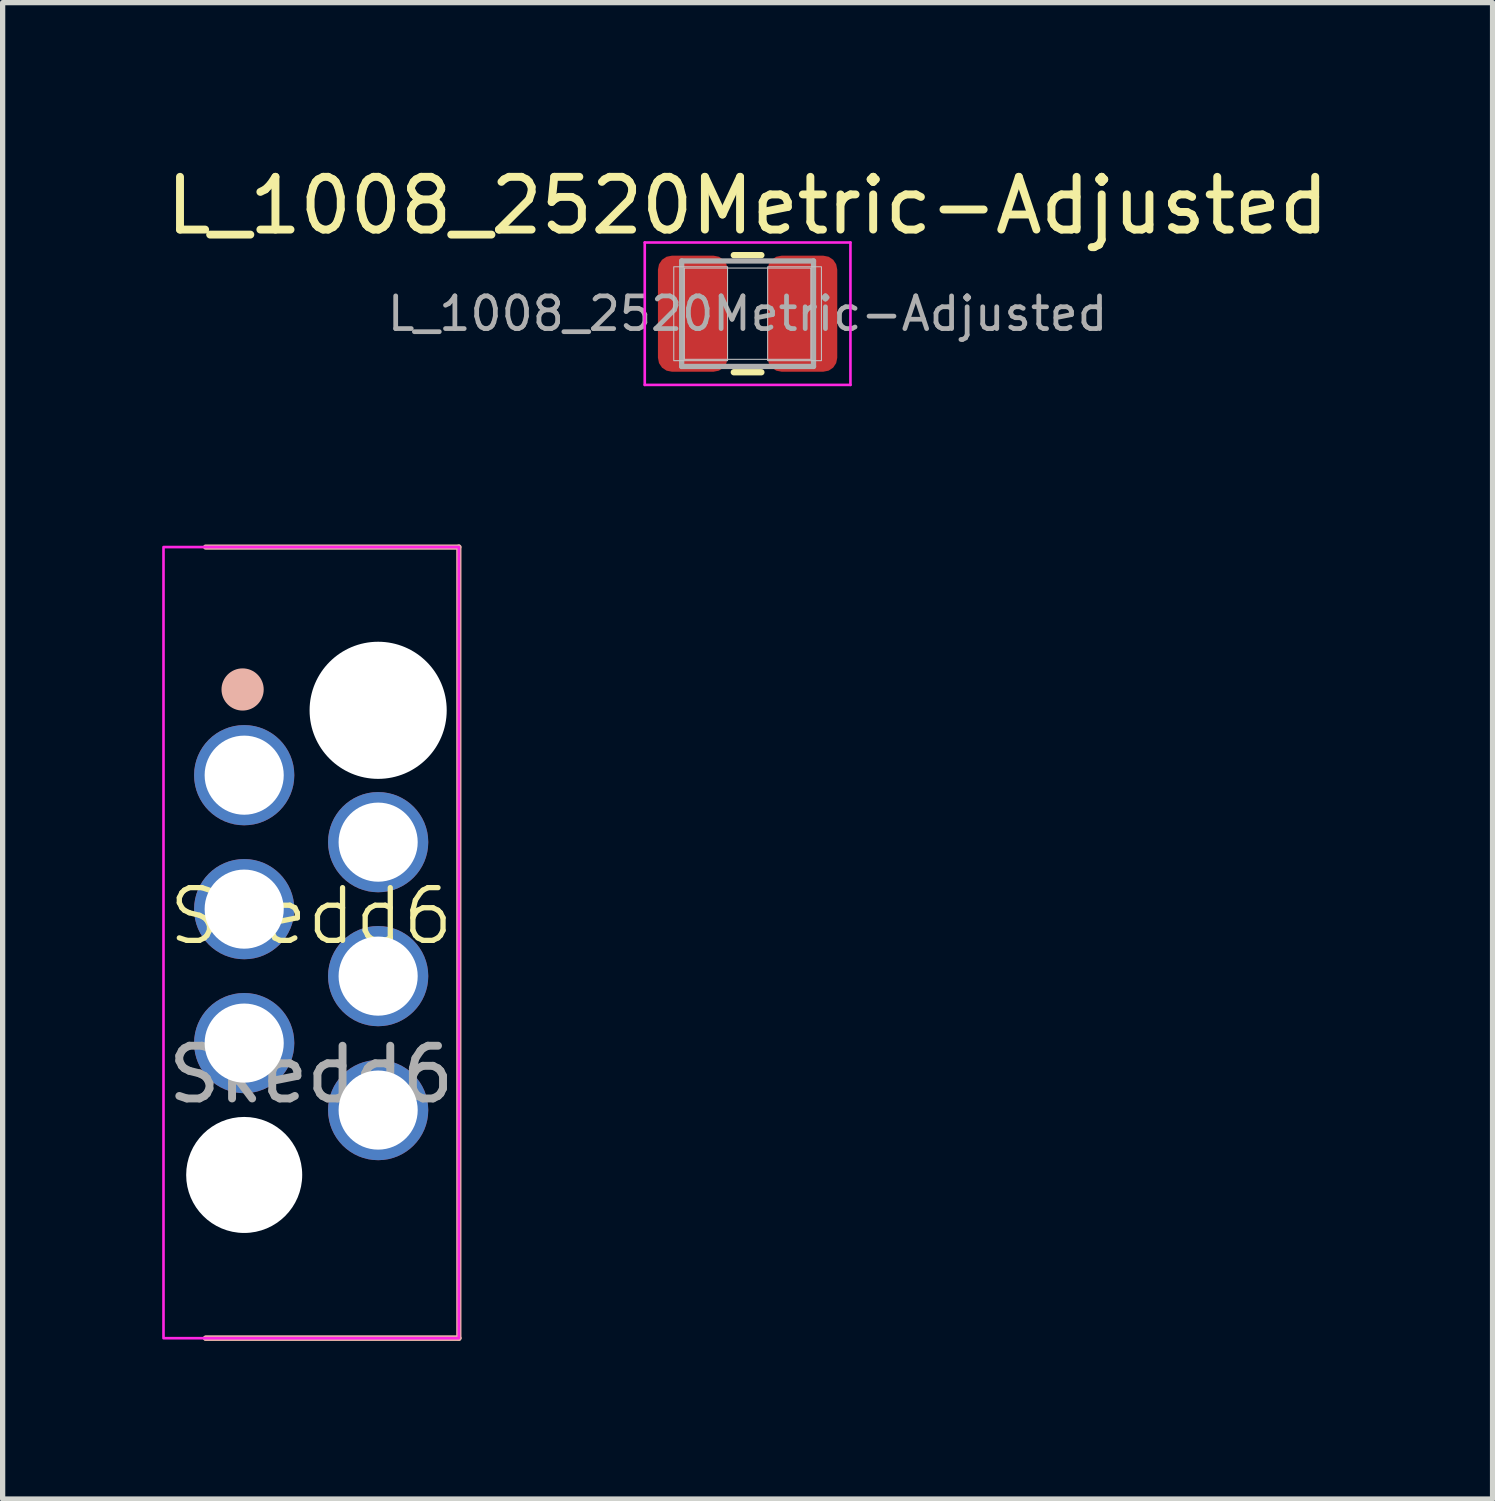
<source format=kicad_pcb>
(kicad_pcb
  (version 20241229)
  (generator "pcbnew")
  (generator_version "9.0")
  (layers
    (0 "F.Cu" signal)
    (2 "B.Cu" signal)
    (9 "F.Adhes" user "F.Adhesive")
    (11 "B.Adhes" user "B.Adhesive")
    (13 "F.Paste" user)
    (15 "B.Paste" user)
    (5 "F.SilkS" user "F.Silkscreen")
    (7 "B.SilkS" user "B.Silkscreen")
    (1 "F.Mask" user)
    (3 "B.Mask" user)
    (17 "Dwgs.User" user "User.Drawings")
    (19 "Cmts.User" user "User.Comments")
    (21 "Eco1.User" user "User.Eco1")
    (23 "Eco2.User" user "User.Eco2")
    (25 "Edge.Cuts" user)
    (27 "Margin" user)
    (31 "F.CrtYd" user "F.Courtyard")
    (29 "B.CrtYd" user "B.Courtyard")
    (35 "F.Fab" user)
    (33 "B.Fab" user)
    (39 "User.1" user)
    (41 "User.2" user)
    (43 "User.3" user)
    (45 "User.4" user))
  (footprint "L_1008_2520Metric-Adjusted"
    (layer "F.Cu")
    (at 11.125 2.898)
    (property "Reference" "L_1008_2520Metric-Adjusted" (at 0 -2.05 0) (layer "F.SilkS") (effects (font (size 1 1) (thickness 0.15))))
    (attr smd)
    (fp_line (start -0.261 -1.11) (end 0.261 -1.11) (stroke (width 0.12) (type solid)) (layer "F.SilkS"))
    (fp_line (start -0.261 1.11) (end 0.261 1.11) (stroke (width 0.12) (type solid)) (layer "F.SilkS"))
    (fp_rect (start -1.4 -0.89) (end -0.38 0.89) (stroke (width 0.02) (type default)) (fill no) (layer "Dwgs.User"))
    (fp_rect (start -1.2 -0.865) (end 1.2 0.865) (stroke (width 0.02) (type default)) (fill no) (layer "Dwgs.User"))
    (fp_rect (start 0.38 -0.89) (end 1.4 0.89) (stroke (width 0.02) (type default)) (fill no) (layer "Dwgs.User"))
    (fp_line (start -1.95 -1.35) (end 1.95 -1.35) (stroke (width 0.05) (type solid)) (layer "F.CrtYd"))
    (fp_line (start -1.95 1.35) (end -1.95 -1.35) (stroke (width 0.05) (type solid)) (layer "F.CrtYd"))
    (fp_line (start 1.95 -1.35) (end 1.95 1.35) (stroke (width 0.05) (type solid)) (layer "F.CrtYd"))
    (fp_line (start 1.95 1.35) (end -1.95 1.35) (stroke (width 0.05) (type solid)) (layer "F.CrtYd"))
    (fp_line (start -1.25 -1) (end 1.25 -1) (stroke (width 0.1) (type solid)) (layer "F.Fab"))
    (fp_line (start -1.25 1) (end -1.25 -1) (stroke (width 0.1) (type solid)) (layer "F.Fab"))
    (fp_line (start 1.25 -1) (end 1.25 1) (stroke (width 0.1) (type solid)) (layer "F.Fab"))
    (fp_line (start 1.25 1) (end -1.25 1) (stroke (width 0.1) (type solid)) (layer "F.Fab"))
    (fp_text user "${REFERENCE}" (at 0 0 0) (layer "F.Fab") (effects (font (size 0.62 0.62) (thickness 0.09))))
    (pad "1" smd roundrect (at -1.04 0) (size 1.32 2.2) (layers "F.Cu" "F.Mask" "F.Paste") (roundrect_rratio 0.2))
    (pad "2" smd roundrect (at 1.04 0) (size 1.32 2.2) (layers "F.Cu" "F.Mask" "F.Paste") (roundrect_rratio 0.2)))
  (footprint "Skedd6"
    (layer "F.Cu")
    (at 2.85 14.823)
    (property "Reference" "Skedd6" (at 0 -0.5 0) (unlocked yes) (layer "F.SilkS") (effects (font (size 1 1) (thickness 0.1))))
    (attr smd)
    (fp_line (start -2 7.5) (end 2.8 7.5) (stroke (width 0.1) (type default)) (layer "B.SilkS"))
    (fp_line (start 2.8 -7.5) (end -2 -7.5) (stroke (width 0.1) (type default)) (layer "B.SilkS"))
    (fp_line (start 2.8 7.5) (end -2 7.5) (stroke (width 0.1) (type default)) (layer "B.SilkS"))
    (fp_line (start 2.8 7.5) (end 2.8 -7.5) (stroke (width 0.1) (type default)) (layer "B.SilkS"))
    (fp_circle (center -1.3 -4.8) (end -1.3 -4.4) (stroke (width 0) (type default)) (fill yes) (layer "B.SilkS"))
    (fp_rect (start -2.8 -7.5) (end 2.8 7.5) (stroke (width 0.05) (type default)) (fill no) (layer "F.CrtYd"))
    (fp_rect (start -2.8 -7.5) (end 2.8 7.5) (stroke (width 0.1) (type default)) (fill no) (layer "User.1"))
    (fp_text user "${REFERENCE}" (at 0 2.5 0) (unlocked yes) (layer "F.Fab") (effects (font (size 1 1) (thickness 0.15))))
    (pad "" np_thru_hole circle (at -1.27 4.405) (size 2.2 2.2) (drill 2.2) (layers "F.Cu" "F.Mask" "F.Paste"))
    (pad "" np_thru_hole circle (at 1.27 -4.405) (size 2.6 2.6) (drill 2.6) (layers "F.Cu" "F.Mask" "F.Paste"))
    (pad "1" thru_hole circle (at -1.27 -3.175) (size 1.9 1.9) (drill 1.5) (layers "*.Cu" "F.Mask" "F.Paste"))
    (pad "2" thru_hole circle (at 1.27 -1.905) (size 1.9 1.9) (drill 1.5) (layers "*.Cu" "F.Mask" "F.Paste"))
    (pad "3" thru_hole circle (at -1.27 -0.635) (size 1.9 1.9) (drill 1.5) (layers "*.Cu" "F.Mask" "F.Paste"))
    (pad "4" thru_hole circle (at 1.27 0.635) (size 1.9 1.9) (drill 1.5) (layers "*.Cu" "F.Mask" "F.Paste"))
    (pad "5" thru_hole circle (at -1.27 1.905) (size 1.9 1.9) (drill 1.5) (layers "*.Cu" "F.Mask" "F.Paste"))
    (pad "6" thru_hole circle (at 1.27 3.175) (size 1.9 1.9) (drill 1.5) (layers "*.Cu" "F.Mask" "F.Paste")))
  (gr_rect
    (start -3 -3)
    (end 25.25 25.373)
    (stroke (width 0.1) (type default))
    (fill no)
    (layer "Edge.Cuts")))
</source>
